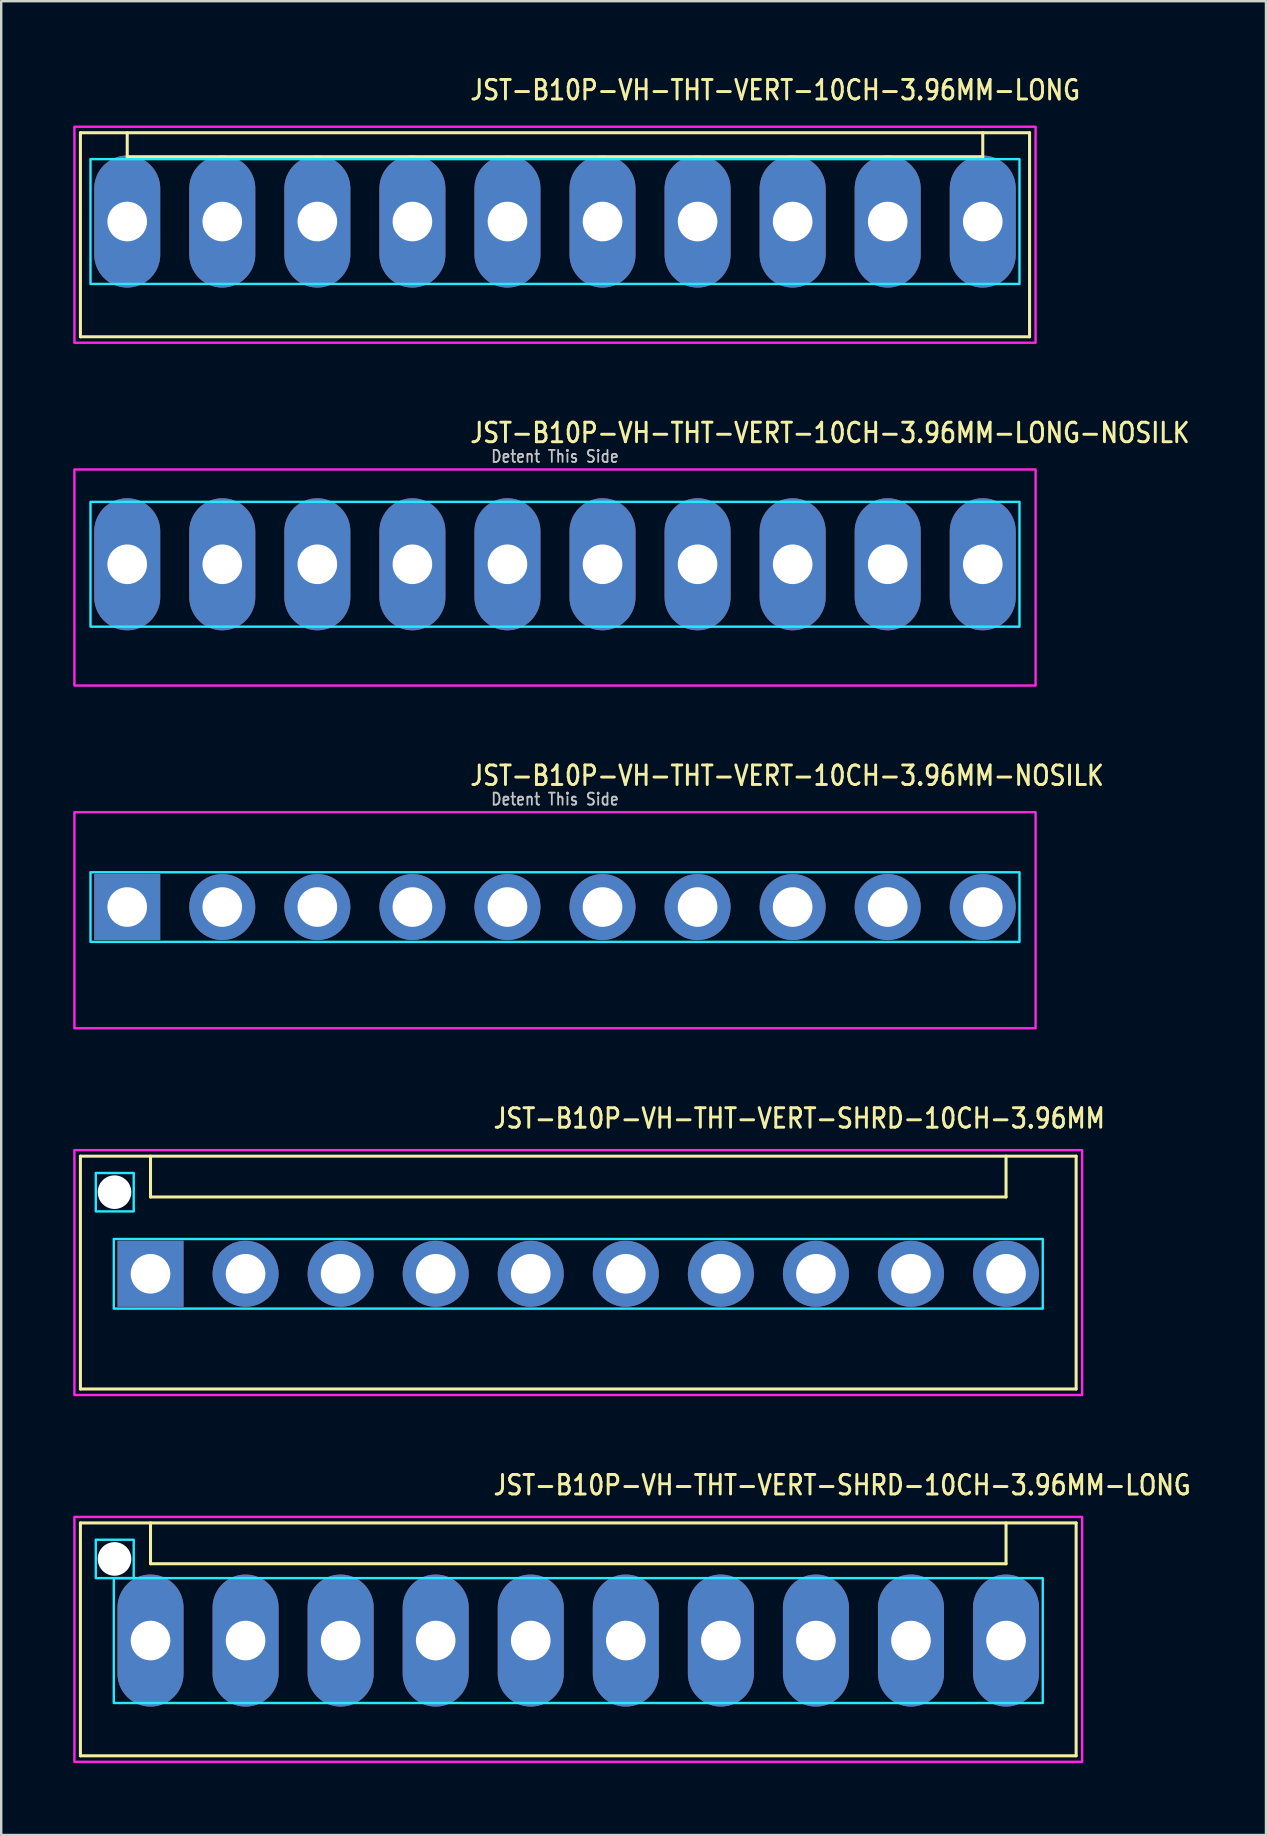
<source format=kicad_pcb>
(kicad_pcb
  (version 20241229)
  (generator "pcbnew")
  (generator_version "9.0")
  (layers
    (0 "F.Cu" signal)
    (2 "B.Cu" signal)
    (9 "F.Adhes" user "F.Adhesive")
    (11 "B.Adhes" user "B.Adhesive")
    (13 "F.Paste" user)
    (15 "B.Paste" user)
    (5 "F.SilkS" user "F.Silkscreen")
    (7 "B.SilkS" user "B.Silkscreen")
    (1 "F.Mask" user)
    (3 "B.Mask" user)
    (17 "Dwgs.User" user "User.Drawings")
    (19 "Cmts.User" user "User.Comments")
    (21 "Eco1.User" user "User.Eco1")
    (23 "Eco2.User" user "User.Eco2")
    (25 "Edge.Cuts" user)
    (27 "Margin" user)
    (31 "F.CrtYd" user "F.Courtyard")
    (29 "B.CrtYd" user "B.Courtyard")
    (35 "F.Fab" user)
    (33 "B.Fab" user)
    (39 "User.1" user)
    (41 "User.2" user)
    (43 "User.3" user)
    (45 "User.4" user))
  (footprint "JST-B10P-VH-THT-VERT-10CH-3.96MM-NOSILK"
    (layer "F.Cu")
    (at 20.07 34.736)
    (property "Reference" "JST-B10P-VH-THT-VERT-10CH-3.96MM-NOSILK" (at -3.6 -5 0) (unlocked yes) (layer "F.SilkS") (effects (font (size 0.813 0.695) (thickness 0.122)) (justify left bottom)))
    (fp_poly (pts (xy -19.35 -1.45) (xy -19.35 1.45) (xy 19.35 1.45) (xy 19.35 -1.45)) (stroke (width 0.1) (type solid)) (fill no) (layer "B.CrtYd"))
    (fp_poly (pts (xy -20.02 -3.95) (xy -20.02 5.05) (xy 20.02 5.05) (xy 20.02 -3.95)) (stroke (width 0.1) (type solid)) (fill no) (layer "F.CrtYd"))
    (fp_text user "Detent This Side" (at 0 -4.2 0) (unlocked yes) (layer "Dwgs.User") (effects (font (size 0.5 0.427) (thickness 0.075)) (justify bottom)))
    (pad "P$1" thru_hole rect (at -17.82 0) (size 2.75 2.75) (drill 1.65) (layers "*.Cu" "*.Mask"))
    (pad "P$2" thru_hole oval (at -13.86 0) (size 2.75 2.75) (drill 1.65) (layers "*.Cu" "*.Mask"))
    (pad "P$3" thru_hole oval (at -9.9 0) (size 2.75 2.75) (drill 1.65) (layers "*.Cu" "*.Mask"))
    (pad "P$4" thru_hole oval (at -5.94 0) (size 2.75 2.75) (drill 1.65) (layers "*.Cu" "*.Mask"))
    (pad "P$5" thru_hole oval (at -1.98 0) (size 2.75 2.75) (drill 1.65) (layers "*.Cu" "*.Mask"))
    (pad "P$6" thru_hole oval (at 1.98 0) (size 2.75 2.75) (drill 1.65) (layers "*.Cu" "*.Mask"))
    (pad "P$7" thru_hole oval (at 5.94 0) (size 2.75 2.75) (drill 1.65) (layers "*.Cu" "*.Mask"))
    (pad "P$8" thru_hole oval (at 9.9 0) (size 2.75 2.75) (drill 1.65) (layers "*.Cu" "*.Mask"))
    (pad "P$9" thru_hole oval (at 13.86 0) (size 2.75 2.75) (drill 1.65) (layers "*.Cu" "*.Mask"))
    (pad "P$10" thru_hole oval (at 17.82 0) (size 2.75 2.75) (drill 1.65) (layers "*.Cu" "*.Mask")))
  (footprint "JST-B10P-VH-THT-VERT-SHRD-10CH-3.96MM"
    (layer "F.Cu")
    (at 21.04 50.014)
    (property "Reference" "JST-B10P-VH-THT-VERT-SHRD-10CH-3.96MM" (at -3.6 -6 0) (unlocked yes) (layer "F.SilkS") (effects (font (size 0.813 0.695) (thickness 0.122)) (justify left bottom)))
    (fp_line (start -20.74 -4.9) (end 20.74 -4.9) (stroke (width 0.127) (type solid)) (layer "F.SilkS"))
    (fp_line (start -20.74 4.8) (end -20.74 -4.9) (stroke (width 0.127) (type solid)) (layer "F.SilkS"))
    (fp_line (start -20.74 4.8) (end 20.74 4.8) (stroke (width 0.127) (type solid)) (layer "F.SilkS"))
    (fp_line (start -17.82 -4.9) (end -17.82 -3.2) (stroke (width 0.127) (type solid)) (layer "F.SilkS"))
    (fp_line (start -17.82 -3.2) (end 17.82 -3.2) (stroke (width 0.127) (type solid)) (layer "F.SilkS"))
    (fp_line (start 17.82 -4.9) (end 17.82 -3.2) (stroke (width 0.127) (type solid)) (layer "F.SilkS"))
    (fp_line (start 20.74 -4.9) (end 20.74 4.8) (stroke (width 0.127) (type solid)) (layer "F.SilkS"))
    (fp_poly (pts (xy -19.35 -1.45) (xy -19.35 1.45) (xy 19.35 1.45) (xy 19.35 -1.45)) (stroke (width 0.1) (type solid)) (fill no) (layer "B.CrtYd"))
    (fp_poly (pts (xy -18.52 -4.2) (xy -18.52 -2.6) (xy -20.1 -2.6) (xy -20.1 -4.2)) (stroke (width 0.1) (type solid)) (fill no) (layer "B.CrtYd"))
    (fp_poly (pts (xy -20.99 -5.15) (xy -20.99 5.05) (xy 20.99 5.05) (xy 20.99 -5.15)) (stroke (width 0.1) (type solid)) (fill no) (layer "F.CrtYd"))
    (pad "" np_thru_hole circle (at -19.32 -3.4) (size 1.4 1.4) (drill 1.4) (layers "*.Cu" "*.Mask"))
    (pad "P$1" thru_hole rect (at -17.82 0) (size 2.75 2.75) (drill 1.65) (layers "*.Cu" "*.Mask"))
    (pad "P$2" thru_hole oval (at -13.86 0) (size 2.75 2.75) (drill 1.65) (layers "*.Cu" "*.Mask"))
    (pad "P$3" thru_hole oval (at -9.9 0) (size 2.75 2.75) (drill 1.65) (layers "*.Cu" "*.Mask"))
    (pad "P$4" thru_hole oval (at -5.94 0) (size 2.75 2.75) (drill 1.65) (layers "*.Cu" "*.Mask"))
    (pad "P$5" thru_hole oval (at -1.98 0) (size 2.75 2.75) (drill 1.65) (layers "*.Cu" "*.Mask"))
    (pad "P$6" thru_hole oval (at 1.98 0) (size 2.75 2.75) (drill 1.65) (layers "*.Cu" "*.Mask"))
    (pad "P$7" thru_hole oval (at 5.94 0) (size 2.75 2.75) (drill 1.65) (layers "*.Cu" "*.Mask"))
    (pad "P$8" thru_hole oval (at 9.9 0) (size 2.75 2.75) (drill 1.65) (layers "*.Cu" "*.Mask"))
    (pad "P$9" thru_hole oval (at 13.86 0) (size 2.75 2.75) (drill 1.65) (layers "*.Cu" "*.Mask"))
    (pad "P$10" thru_hole oval (at 17.82 0) (size 2.75 2.75) (drill 1.65) (layers "*.Cu" "*.Mask")))
  (footprint "JST-B10P-VH-THT-VERT-10CH-3.96MM-LONG"
    (layer "F.Cu")
    (at 20.07 6.179)
    (property "Reference" "JST-B10P-VH-THT-VERT-10CH-3.96MM-LONG" (at -3.6 -5 0) (unlocked yes) (layer "F.SilkS") (effects (font (size 0.813 0.695) (thickness 0.122)) (justify left bottom)))
    (fp_line (start -19.77 -3.7) (end 19.77 -3.7) (stroke (width 0.127) (type solid)) (layer "F.SilkS"))
    (fp_line (start -19.77 4.8) (end -19.77 -3.7) (stroke (width 0.127) (type solid)) (layer "F.SilkS"))
    (fp_line (start -19.77 4.8) (end 19.77 4.8) (stroke (width 0.127) (type solid)) (layer "F.SilkS"))
    (fp_line (start -17.82 -3.7) (end -17.82 -2.7) (stroke (width 0.127) (type solid)) (layer "F.SilkS"))
    (fp_line (start -17.82 -2.7) (end 17.82 -2.7) (stroke (width 0.127) (type solid)) (layer "F.SilkS"))
    (fp_line (start 17.82 -3.7) (end 17.82 -2.7) (stroke (width 0.127) (type solid)) (layer "F.SilkS"))
    (fp_line (start 19.77 -3.7) (end 19.77 4.8) (stroke (width 0.127) (type solid)) (layer "F.SilkS"))
    (fp_poly (pts (xy -19.35 -2.6) (xy -19.35 2.6) (xy 19.35 2.6) (xy 19.35 -2.6)) (stroke (width 0.1) (type solid)) (fill no) (layer "B.CrtYd"))
    (fp_poly (pts (xy -20.02 -3.95) (xy -20.02 5.05) (xy 20.02 5.05) (xy 20.02 -3.95)) (stroke (width 0.1) (type solid)) (fill no) (layer "F.CrtYd"))
    (pad "P$1" thru_hole oval (at -17.82 0 90) (size 5.5 2.75) (drill 1.65) (layers "*.Cu" "*.Mask"))
    (pad "P$2" thru_hole oval (at -13.86 0 90) (size 5.5 2.75) (drill 1.65) (layers "*.Cu" "*.Mask"))
    (pad "P$3" thru_hole oval (at -9.9 0 90) (size 5.5 2.75) (drill 1.65) (layers "*.Cu" "*.Mask"))
    (pad "P$4" thru_hole oval (at -5.94 0 90) (size 5.5 2.75) (drill 1.65) (layers "*.Cu" "*.Mask"))
    (pad "P$5" thru_hole oval (at -1.98 0 90) (size 5.5 2.75) (drill 1.65) (layers "*.Cu" "*.Mask"))
    (pad "P$6" thru_hole oval (at 1.98 0 90) (size 5.5 2.75) (drill 1.65) (layers "*.Cu" "*.Mask"))
    (pad "P$7" thru_hole oval (at 5.94 0 90) (size 5.5 2.75) (drill 1.65) (layers "*.Cu" "*.Mask"))
    (pad "P$8" thru_hole oval (at 9.9 0 90) (size 5.5 2.75) (drill 1.65) (layers "*.Cu" "*.Mask"))
    (pad "P$9" thru_hole oval (at 13.86 0 90) (size 5.5 2.75) (drill 1.65) (layers "*.Cu" "*.Mask"))
    (pad "P$10" thru_hole oval (at 17.82 0 90) (size 5.5 2.75) (drill 1.65) (layers "*.Cu" "*.Mask")))
  (footprint "JST-B10P-VH-THT-VERT-SHRD-10CH-3.96MM-LONG"
    (layer "F.Cu")
    (at 21.04 65.293)
    (property "Reference" "JST-B10P-VH-THT-VERT-SHRD-10CH-3.96MM-LONG" (at -3.6 -6 0) (unlocked yes) (layer "F.SilkS") (effects (font (size 0.813 0.695) (thickness 0.122)) (justify left bottom)))
    (fp_line (start -20.74 -4.9) (end 20.74 -4.9) (stroke (width 0.127) (type solid)) (layer "F.SilkS"))
    (fp_line (start -20.74 4.8) (end -20.74 -4.9) (stroke (width 0.127) (type solid)) (layer "F.SilkS"))
    (fp_line (start -20.74 4.8) (end 20.74 4.8) (stroke (width 0.127) (type solid)) (layer "F.SilkS"))
    (fp_line (start -17.82 -4.9) (end -17.82 -3.2) (stroke (width 0.127) (type solid)) (layer "F.SilkS"))
    (fp_line (start -17.82 -3.2) (end 17.82 -3.2) (stroke (width 0.127) (type solid)) (layer "F.SilkS"))
    (fp_line (start 17.82 -4.9) (end 17.82 -3.2) (stroke (width 0.127) (type solid)) (layer "F.SilkS"))
    (fp_line (start 20.74 -4.9) (end 20.74 4.8) (stroke (width 0.127) (type solid)) (layer "F.SilkS"))
    (fp_poly (pts (xy -19.35 -2.6) (xy -19.35 2.6) (xy 19.35 2.6) (xy 19.35 -2.6)) (stroke (width 0.1) (type solid)) (fill no) (layer "B.CrtYd"))
    (fp_poly (pts (xy -18.52 -4.2) (xy -18.52 -2.6) (xy -20.1 -2.6) (xy -20.1 -4.2)) (stroke (width 0.1) (type solid)) (fill no) (layer "B.CrtYd"))
    (fp_poly (pts (xy -20.99 -5.15) (xy -20.99 5.05) (xy 20.99 5.05) (xy 20.99 -5.15)) (stroke (width 0.1) (type solid)) (fill no) (layer "F.CrtYd"))
    (pad "" np_thru_hole circle (at -19.32 -3.4) (size 1.4 1.4) (drill 1.4) (layers "*.Cu" "*.Mask"))
    (pad "P$1" thru_hole oval (at -17.82 0 90) (size 5.5 2.75) (drill 1.65) (layers "*.Cu" "*.Mask"))
    (pad "P$2" thru_hole oval (at -13.86 0 90) (size 5.5 2.75) (drill 1.65) (layers "*.Cu" "*.Mask"))
    (pad "P$3" thru_hole oval (at -9.9 0 90) (size 5.5 2.75) (drill 1.65) (layers "*.Cu" "*.Mask"))
    (pad "P$4" thru_hole oval (at -5.94 0 90) (size 5.5 2.75) (drill 1.65) (layers "*.Cu" "*.Mask"))
    (pad "P$5" thru_hole oval (at -1.98 0 90) (size 5.5 2.75) (drill 1.65) (layers "*.Cu" "*.Mask"))
    (pad "P$6" thru_hole oval (at 1.98 0 90) (size 5.5 2.75) (drill 1.65) (layers "*.Cu" "*.Mask"))
    (pad "P$7" thru_hole oval (at 5.94 0 90) (size 5.5 2.75) (drill 1.65) (layers "*.Cu" "*.Mask"))
    (pad "P$8" thru_hole oval (at 9.9 0 90) (size 5.5 2.75) (drill 1.65) (layers "*.Cu" "*.Mask"))
    (pad "P$9" thru_hole oval (at 13.86 0 90) (size 5.5 2.75) (drill 1.65) (layers "*.Cu" "*.Mask"))
    (pad "P$10" thru_hole oval (at 17.82 0 90) (size 5.5 2.75) (drill 1.65) (layers "*.Cu" "*.Mask")))
  (footprint "JST-B10P-VH-THT-VERT-10CH-3.96MM-LONG-NOSILK"
    (layer "F.Cu")
    (at 20.07 20.457)
    (property "Reference" "JST-B10P-VH-THT-VERT-10CH-3.96MM-LONG-NOSILK" (at -3.6 -5 0) (unlocked yes) (layer "F.SilkS") (effects (font (size 0.813 0.695) (thickness 0.122)) (justify left bottom)))
    (fp_poly (pts (xy -19.35 -2.6) (xy -19.35 2.6) (xy 19.35 2.6) (xy 19.35 -2.6)) (stroke (width 0.1) (type solid)) (fill no) (layer "B.CrtYd"))
    (fp_poly (pts (xy -20.02 -3.95) (xy -20.02 5.05) (xy 20.02 5.05) (xy 20.02 -3.95)) (stroke (width 0.1) (type solid)) (fill no) (layer "F.CrtYd"))
    (fp_text user "Detent This Side" (at 0 -4.2 0) (unlocked yes) (layer "Dwgs.User") (effects (font (size 0.5 0.427) (thickness 0.075)) (justify bottom)))
    (pad "P$1" thru_hole oval (at -17.82 0 90) (size 5.5 2.75) (drill 1.65) (layers "*.Cu" "*.Mask"))
    (pad "P$2" thru_hole oval (at -13.86 0 90) (size 5.5 2.75) (drill 1.65) (layers "*.Cu" "*.Mask"))
    (pad "P$3" thru_hole oval (at -9.9 0 90) (size 5.5 2.75) (drill 1.65) (layers "*.Cu" "*.Mask"))
    (pad "P$4" thru_hole oval (at -5.94 0 90) (size 5.5 2.75) (drill 1.65) (layers "*.Cu" "*.Mask"))
    (pad "P$5" thru_hole oval (at -1.98 0 90) (size 5.5 2.75) (drill 1.65) (layers "*.Cu" "*.Mask"))
    (pad "P$6" thru_hole oval (at 1.98 0 90) (size 5.5 2.75) (drill 1.65) (layers "*.Cu" "*.Mask"))
    (pad "P$7" thru_hole oval (at 5.94 0 90) (size 5.5 2.75) (drill 1.65) (layers "*.Cu" "*.Mask"))
    (pad "P$8" thru_hole oval (at 9.9 0 90) (size 5.5 2.75) (drill 1.65) (layers "*.Cu" "*.Mask"))
    (pad "P$9" thru_hole oval (at 13.86 0 90) (size 5.5 2.75) (drill 1.65) (layers "*.Cu" "*.Mask"))
    (pad "P$10" thru_hole oval (at 17.82 0 90) (size 5.5 2.75) (drill 1.65) (layers "*.Cu" "*.Mask")))
  (gr_rect
    (start -3 -3)
    (end 49.689 73.393)
    (stroke (width 0.1) (type default))
    (fill no)
    (layer "Edge.Cuts")))
</source>
